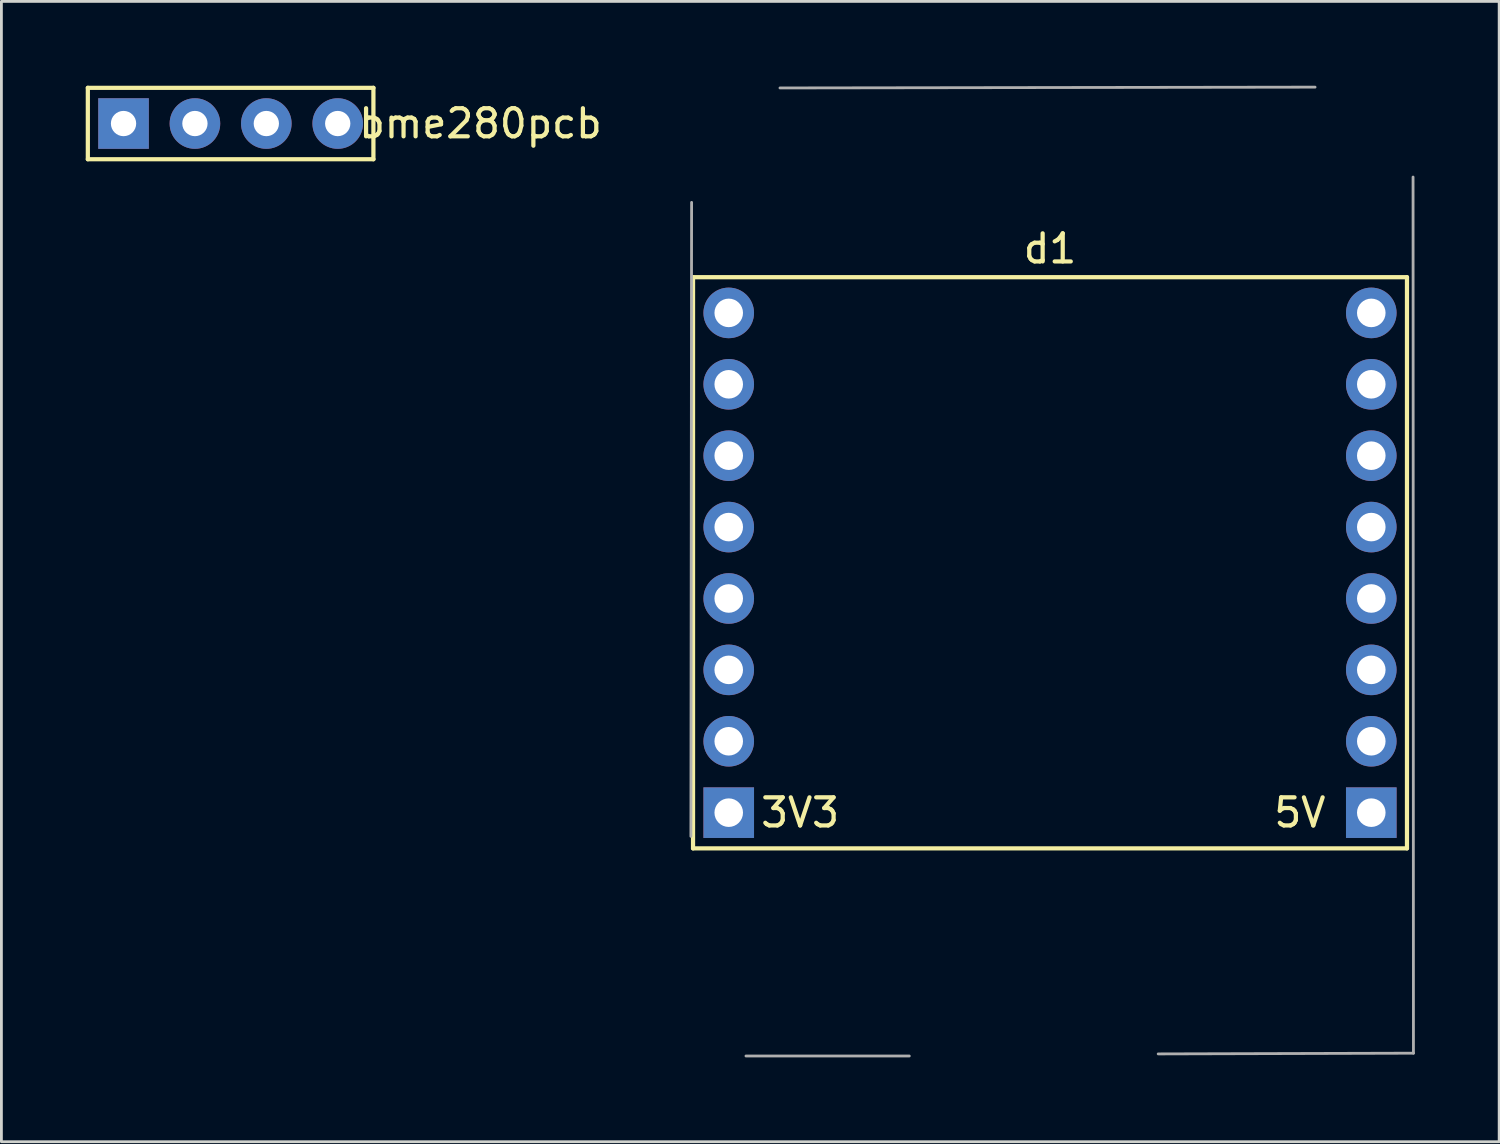
<source format=kicad_pcb>
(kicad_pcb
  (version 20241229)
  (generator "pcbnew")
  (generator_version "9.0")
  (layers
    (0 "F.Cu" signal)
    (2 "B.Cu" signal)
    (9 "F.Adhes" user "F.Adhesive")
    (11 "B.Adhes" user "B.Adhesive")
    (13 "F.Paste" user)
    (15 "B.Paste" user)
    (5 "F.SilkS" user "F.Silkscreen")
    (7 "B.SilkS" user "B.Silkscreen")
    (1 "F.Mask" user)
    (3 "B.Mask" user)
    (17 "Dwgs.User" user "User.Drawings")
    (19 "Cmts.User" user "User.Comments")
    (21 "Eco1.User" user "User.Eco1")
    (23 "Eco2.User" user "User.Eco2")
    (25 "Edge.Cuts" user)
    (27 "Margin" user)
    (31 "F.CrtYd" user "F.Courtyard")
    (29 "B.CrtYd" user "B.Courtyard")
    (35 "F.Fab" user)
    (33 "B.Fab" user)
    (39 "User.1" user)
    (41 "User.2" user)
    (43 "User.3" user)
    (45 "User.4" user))
  (footprint "d1"
    (layer "F.Cu")
    (at 34.306 18.242)
    (property "Reference" "d1" (at 0 -12.446 0) (layer "F.SilkS") (effects (font (size 1 1) (thickness 0.15))))
    (attr through_hole)
    (fp_line (start -12.7 -11.43) (end -12.7 8.89) (stroke (width 0.15) (type solid)) (layer "F.SilkS"))
    (fp_line (start -12.7 8.89) (end 12.7 8.89) (stroke (width 0.15) (type solid)) (layer "F.SilkS"))
    (fp_line (start 12.7 -11.43) (end -12.7 -11.43) (stroke (width 0.15) (type solid)) (layer "F.SilkS"))
    (fp_line (start 12.7 8.89) (end 12.7 -11.43) (stroke (width 0.15) (type solid)) (layer "F.SilkS"))
    (fp_line (start -12.751 -14.092) (end -12.776 8.463) (stroke (width 0.1) (type solid)) (layer "F.Fab"))
    (fp_line (start -10.817 16.277) (end -5.006 16.277) (stroke (width 0.1) (type solid)) (layer "F.Fab"))
    (fp_line (start -9.607 -18.163) (end 9.43 -18.192) (stroke (width 0.1) (type solid)) (layer "F.Fab"))
    (fp_line (start 3.849 16.203) (end 12.93 16.177) (stroke (width 0.1) (type solid)) (layer "F.Fab"))
    (fp_line (start 12.93 16.177) (end 12.916 -14.993) (stroke (width 0.1) (type solid)) (layer "F.Fab"))
    (fp_text user "3V3" (at -8.89 7.62 0) (layer "F.SilkS") (effects (font (size 1 1) (thickness 0.15))))
    (fp_text user "5V" (at 8.89 7.62 0) (layer "F.SilkS") (effects (font (size 1 1) (thickness 0.15))))
    (pad "1" thru_hole rect (at 11.43 7.62) (size 1.8 1.8) (drill 1.016) (layers "*.Cu" "*.Mask"))
    (pad "2" thru_hole circle (at 11.43 5.08) (size 1.8 1.8) (drill 1.016) (layers "*.Cu" "*.Mask"))
    (pad "3" thru_hole circle (at 11.43 2.54) (size 1.8 1.8) (drill 1.016) (layers "*.Cu" "*.Mask"))
    (pad "4" thru_hole circle (at 11.43 0) (size 1.8 1.8) (drill 1.016) (layers "*.Cu" "*.Mask"))
    (pad "5" thru_hole circle (at 11.43 -2.54) (size 1.8 1.8) (drill 1.016) (layers "*.Cu" "*.Mask"))
    (pad "6" thru_hole circle (at 11.43 -5.08) (size 1.8 1.8) (drill 1.016) (layers "*.Cu" "*.Mask"))
    (pad "7" thru_hole circle (at 11.43 -7.62) (size 1.8 1.8) (drill 1.016) (layers "*.Cu" "*.Mask"))
    (pad "8" thru_hole circle (at 11.43 -10.16) (size 1.8 1.8) (drill 1.016) (layers "*.Cu" "*.Mask"))
    (pad "9" thru_hole circle (at -11.43 -10.16) (size 1.8 1.8) (drill 1.016) (layers "*.Cu" "*.Mask"))
    (pad "10" thru_hole circle (at -11.43 -7.62) (size 1.8 1.8) (drill 1.016) (layers "*.Cu" "*.Mask"))
    (pad "11" thru_hole circle (at -11.43 -5.08) (size 1.8 1.8) (drill 1.016) (layers "*.Cu" "*.Mask"))
    (pad "12" thru_hole circle (at -11.43 -2.54) (size 1.8 1.8) (drill 1.016) (layers "*.Cu" "*.Mask"))
    (pad "13" thru_hole circle (at -11.43 0) (size 1.8 1.8) (drill 1.016) (layers "*.Cu" "*.Mask"))
    (pad "14" thru_hole circle (at -11.43 2.54) (size 1.8 1.8) (drill 1.016) (layers "*.Cu" "*.Mask"))
    (pad "15" thru_hole circle (at -11.43 5.08) (size 1.8 1.8) (drill 1.016) (layers "*.Cu" "*.Mask"))
    (pad "16" thru_hole rect (at -11.43 7.62) (size 1.8 1.8) (drill 1.016) (layers "*.Cu" "*.Mask")))
  (footprint "bme280pcb"
    (layer "F.Cu")
    (at 5.155 1.345)
    (property "Reference" "bme280pcb" (at 8.89 0 0) (layer "F.SilkS") (effects (font (size 1 1) (thickness 0.15))))
    (attr through_hole)
    (fp_line (start -5.08 -1.27) (end 5.08 -1.27) (stroke (width 0.15) (type solid)) (layer "F.SilkS"))
    (fp_line (start -5.08 1.27) (end -5.08 -1.27) (stroke (width 0.15) (type solid)) (layer "F.SilkS"))
    (fp_line (start 5.08 -1.27) (end 5.08 1.27) (stroke (width 0.15) (type solid)) (layer "F.SilkS"))
    (fp_line (start 5.08 1.27) (end -5.08 1.27) (stroke (width 0.15) (type solid)) (layer "F.SilkS"))
    (pad "1" thru_hole rect (at -3.81 0) (size 1.8 1.8) (drill 0.9) (layers "*.Cu" "*.Mask"))
    (pad "2" thru_hole circle (at -1.27 0) (size 1.8 1.8) (drill 0.9) (layers "*.Cu" "*.Mask"))
    (pad "3" thru_hole circle (at 1.27 0) (size 1.8 1.8) (drill 0.9) (layers "*.Cu" "*.Mask"))
    (pad "4" thru_hole circle (at 3.81 0) (size 1.8 1.8) (drill 0.9) (layers "*.Cu" "*.Mask")))
  (gr_rect
    (start -3 -3)
    (end 50.286 37.569)
    (stroke (width 0.1) (type default))
    (fill no)
    (layer "Edge.Cuts")))
</source>
